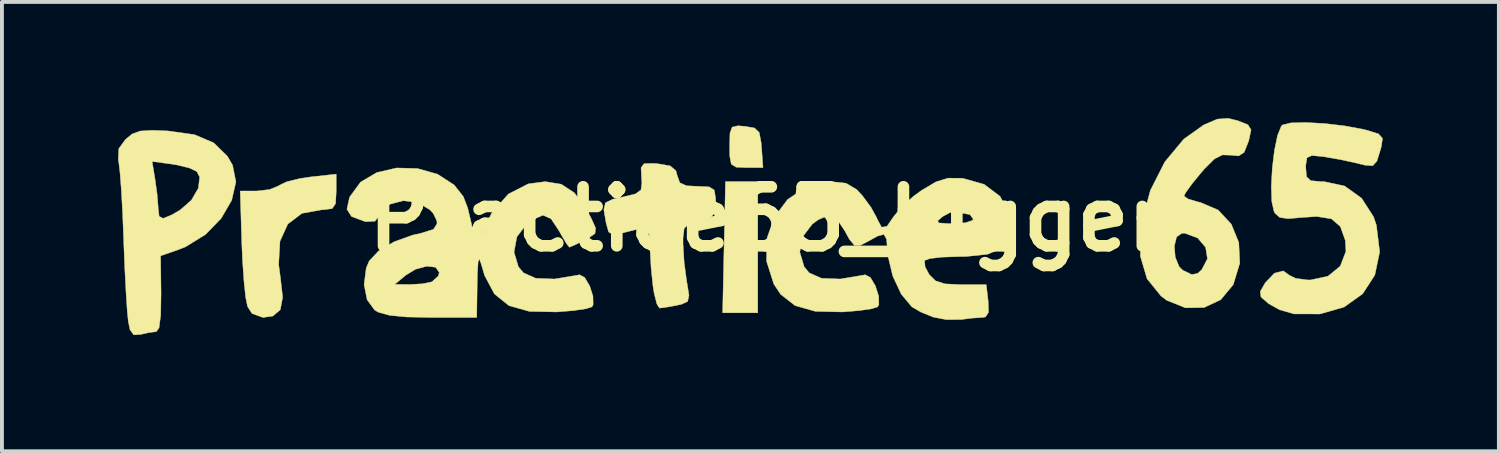
<source format=kicad_pcb>
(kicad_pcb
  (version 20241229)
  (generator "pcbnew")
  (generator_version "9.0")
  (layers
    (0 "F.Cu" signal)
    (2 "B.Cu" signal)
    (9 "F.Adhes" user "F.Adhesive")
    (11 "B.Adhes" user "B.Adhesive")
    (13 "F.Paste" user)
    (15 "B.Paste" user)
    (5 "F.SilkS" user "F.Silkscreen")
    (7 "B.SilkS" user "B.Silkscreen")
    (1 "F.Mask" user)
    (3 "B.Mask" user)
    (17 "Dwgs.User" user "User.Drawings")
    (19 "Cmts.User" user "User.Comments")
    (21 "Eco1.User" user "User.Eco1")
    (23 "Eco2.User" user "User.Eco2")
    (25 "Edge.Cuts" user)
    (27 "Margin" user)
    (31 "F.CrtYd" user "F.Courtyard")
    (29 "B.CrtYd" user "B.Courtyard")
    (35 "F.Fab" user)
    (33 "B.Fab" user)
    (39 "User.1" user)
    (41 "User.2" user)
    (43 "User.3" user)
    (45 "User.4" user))
  (footprint "Practice65_bigger"
    (layer "F.Cu")
    (at 16.76 2.608)
    (property "Reference" "Practice65_bigger" (at 0 0 0) (layer "F.SilkS") (effects (font (size 1.524 1.524) (thickness 0.3))))
    (attr through_hole)
    (fp_poly (pts (xy -0.242 2.419) (xy -0.695 2.419) (xy -1.149 2.419) (xy -1.076 -0.968) (xy -0.242 -0.968) (xy -0.242 2.419)) (stroke (width 0.01) (type solid)) (fill yes) (layer "F.SilkS"))
    (fp_poly (pts (xy -0.575 -2.396) (xy -0.326 -2.353) (xy -0.205 -2.237) (xy -0.155 -1.977) (xy -0.144 -1.845) (xy -0.107 -1.33) (xy -0.537 -1.33) (xy -0.8 -1.341) (xy -0.926 -1.418) (xy -0.965 -1.625) (xy -0.968 -1.882) (xy -0.96 -2.219) (xy -0.904 -2.375) (xy -0.755 -2.41) (xy -0.575 -2.396)) (stroke (width 0.01) (type solid)) (fill yes) (layer "F.SilkS"))
    (fp_poly (pts (xy -11.128 -0.702) (xy -11.144 -0.402) (xy -11.23 -0.272) (xy -11.444 -0.242) (xy -11.498 -0.242) (xy -12.015 -0.148) (xy -12.378 0.128) (xy -12.58 0.571) (xy -12.614 1.172) (xy -12.569 1.511) (xy -12.511 2.02) (xy -12.572 2.341) (xy -12.764 2.504) (xy -13.02 2.54) (xy -13.303 2.438) (xy -13.417 2.259) (xy -13.465 2.027) (xy -13.509 1.615) (xy -13.546 1.087) (xy -13.566 0.626) (xy -13.607 -0.726) (xy -13.178 -0.726) (xy -12.848 -0.764) (xy -12.617 -0.858) (xy -12.604 -0.87) (xy -12.408 -0.964) (xy -12.062 -1.049) (xy -11.793 -1.089) (xy -11.128 -1.162) (xy -11.128 -0.702)) (stroke (width 0.01) (type solid)) (fill yes) (layer "F.SilkS"))
    (fp_poly (pts (xy -2.821 -1.429) (xy -2.503 -1.374) (xy -2.356 -1.251) (xy -2.32 -1.119) (xy -2.255 -0.939) (xy -2.083 -0.861) (xy -1.806 -0.847) (xy -1.5 -0.833) (xy -1.365 -0.751) (xy -1.331 -0.541) (xy -1.33 -0.437) (xy -1.356 -0.156) (xy -1.481 -0.02) (xy -1.754 0.052) (xy -2.021 0.12) (xy -2.142 0.24) (xy -2.172 0.491) (xy -2.172 0.64) (xy -2.143 1.117) (xy -2.078 1.605) (xy -2.069 1.652) (xy -2.018 1.969) (xy -2.053 2.127) (xy -2.208 2.199) (xy -2.332 2.226) (xy -2.616 2.278) (xy -2.781 2.298) (xy -2.848 2.19) (xy -2.918 1.916) (xy -2.947 1.737) (xy -2.996 1.271) (xy -3.022 0.81) (xy -3.024 0.709) (xy -3.045 0.407) (xy -3.144 0.269) (xy -3.372 0.266) (xy -3.707 0.351) (xy -3.971 0.407) (xy -4.094 0.332) (xy -4.16 0.094) (xy -4.217 -0.245) (xy -4.175 -0.423) (xy -3.984 -0.515) (xy -3.719 -0.573) (xy -3.4 -0.651) (xy -3.258 -0.754) (xy -3.234 -0.945) (xy -3.244 -1.072) (xy -3.256 -1.327) (xy -3.179 -1.431) (xy -2.949 -1.439) (xy -2.821 -1.429)) (stroke (width 0.01) (type solid)) (fill yes) (layer "F.SilkS"))
    (fp_poly (pts (xy -15.473 -2.277) (xy -14.791 -2.182) (xy -14.293 -1.971) (xy -13.939 -1.625) (xy -13.804 -1.394) (xy -13.718 -0.962) (xy -13.826 -0.488) (xy -14.098 -0.019) (xy -14.504 0.398) (xy -15.013 0.713) (xy -15.195 0.786) (xy -15.663 0.949) (xy -15.651 1.926) (xy -15.66 2.478) (xy -15.703 2.807) (xy -15.772 2.905) (xy -15.99 2.935) (xy -16.17 2.977) (xy -16.356 2.99) (xy -16.452 2.859) (xy -16.497 2.643) (xy -16.524 2.376) (xy -16.554 1.924) (xy -16.584 1.344) (xy -16.611 0.692) (xy -16.618 0.484) (xy -16.644 -0.164) (xy -16.676 -0.741) (xy -16.711 -1.198) (xy -16.744 -1.482) (xy -16.746 -1.488) (xy -15.882 -1.488) (xy -15.804 -1.016) (xy -15.752 -0.634) (xy -15.726 -0.309) (xy -15.725 -0.272) (xy -15.7 -0.071) (xy -15.596 -0.018) (xy -15.369 -0.112) (xy -15.153 -0.239) (xy -14.865 -0.492) (xy -14.688 -0.798) (xy -14.654 -1.084) (xy -14.726 -1.228) (xy -14.915 -1.319) (xy -15.241 -1.399) (xy -15.365 -1.419) (xy -15.882 -1.488) (xy -16.746 -1.488) (xy -16.755 -1.531) (xy -16.742 -1.82) (xy -16.569 -2.058) (xy -16.395 -2.2) (xy -16.189 -2.274) (xy -15.879 -2.293) (xy -15.473 -2.277)) (stroke (width 0.01) (type solid)) (fill yes) (layer "F.SilkS"))
    (fp_poly (pts (xy 12.151 -2.542) (xy 12.414 -2.438) (xy 12.497 -2.308) (xy 12.445 -2.058) (xy 12.427 -1.997) (xy 12.318 -1.724) (xy 12.176 -1.632) (xy 11.975 -1.651) (xy 11.755 -1.658) (xy 11.55 -1.553) (xy 11.293 -1.298) (xy 11.207 -1.199) (xy 10.965 -0.902) (xy 10.804 -0.678) (xy 10.765 -0.596) (xy 10.87 -0.52) (xy 11.129 -0.443) (xy 11.181 -0.433) (xy 11.646 -0.235) (xy 11.986 0.129) (xy 12.18 0.604) (xy 12.205 1.139) (xy 12.041 1.68) (xy 12.034 1.696) (xy 11.714 2.081) (xy 11.285 2.283) (xy 10.801 2.291) (xy 10.321 2.098) (xy 10.172 1.987) (xy 9.81 1.539) (xy 9.638 0.956) (xy 9.642 0.698) (xy 10.516 0.698) (xy 10.539 0.984) (xy 10.64 1.23) (xy 10.735 1.321) (xy 10.966 1.432) (xy 11.115 1.403) (xy 11.224 1.306) (xy 11.37 1.024) (xy 11.323 0.729) (xy 11.118 0.488) (xy 10.791 0.367) (xy 10.712 0.363) (xy 10.573 0.461) (xy 10.516 0.698) (xy 9.642 0.698) (xy 9.651 0.227) (xy 9.671 0.095) (xy 9.896 -0.741) (xy 10.269 -1.477) (xy 10.76 -2.067) (xy 11.277 -2.434) (xy 11.626 -2.582) (xy 11.904 -2.603) (xy 12.151 -2.542)) (stroke (width 0.01) (type solid)) (fill yes) (layer "F.SilkS"))
    (fp_poly (pts (xy 14.401 -2.468) (xy 14.919 -2.407) (xy 15.398 -2.317) (xy 15.503 -2.291) (xy 15.789 -2.2) (xy 15.891 -2.086) (xy 15.861 -1.873) (xy 15.839 -1.796) (xy 15.746 -1.497) (xy 15.64 -1.379) (xy 15.437 -1.392) (xy 15.233 -1.443) (xy 14.809 -1.536) (xy 14.368 -1.613) (xy 14.363 -1.613) (xy 14.068 -1.642) (xy 13.94 -1.585) (xy 13.91 -1.395) (xy 13.91 -1.323) (xy 13.93 -1.093) (xy 14.038 -0.993) (xy 14.303 -0.968) (xy 14.384 -0.968) (xy 14.912 -0.855) (xy 15.351 -0.54) (xy 15.66 -0.059) (xy 15.733 0.156) (xy 15.818 0.848) (xy 15.692 1.447) (xy 15.379 1.929) (xy 14.9 2.271) (xy 14.277 2.45) (xy 13.607 2.449) (xy 13.233 2.341) (xy 12.95 2.184) (xy 12.754 2.014) (xy 12.734 1.869) (xy 12.862 1.646) (xy 13.097 1.398) (xy 13.328 1.337) (xy 13.486 1.451) (xy 13.645 1.529) (xy 13.945 1.57) (xy 14.029 1.572) (xy 14.481 1.475) (xy 14.8 1.214) (xy 14.946 0.834) (xy 14.931 0.552) (xy 14.802 0.191) (xy 14.57 -0.008) (xy 14.191 -0.068) (xy 13.84 -0.044) (xy 13.456 -0.012) (xy 13.239 -0.042) (xy 13.118 -0.148) (xy 13.09 -0.196) (xy 13.032 -0.45) (xy 13.019 -0.846) (xy 13.044 -1.311) (xy 13.1 -1.773) (xy 13.18 -2.16) (xy 13.277 -2.399) (xy 13.309 -2.432) (xy 13.527 -2.485) (xy 13.914 -2.495) (xy 14.401 -2.468)) (stroke (width 0.01) (type solid)) (fill yes) (layer "F.SilkS"))
    (fp_poly (pts (xy -9.026 -1.306) (xy -8.511 -1.16) (xy -8.081 -0.881) (xy -7.845 -0.581) (xy -7.732 -0.286) (xy -7.637 0.113) (xy -7.616 0.242) (xy -7.562 0.551) (xy -7.51 0.641) (xy -7.452 0.544) (xy -7.11 -0.163) (xy -6.684 -0.646) (xy -6.17 -0.91) (xy -5.729 -0.968) (xy -5.315 -0.901) (xy -4.977 -0.678) (xy -4.673 -0.264) (xy -4.549 -0.034) (xy -4.429 0.23) (xy -4.446 0.374) (xy -4.627 0.498) (xy -4.71 0.541) (xy -4.964 0.666) (xy -5.103 0.725) (xy -5.107 0.726) (xy -5.183 0.63) (xy -5.324 0.393) (xy -5.374 0.302) (xy -5.581 -0.009) (xy -5.788 -0.101) (xy -6.055 0.014) (xy -6.213 0.13) (xy -6.463 0.458) (xy -6.536 0.853) (xy -6.424 1.229) (xy -6.292 1.388) (xy -5.974 1.528) (xy -5.49 1.547) (xy -4.883 1.445) (xy -4.848 1.436) (xy -4.712 1.507) (xy -4.583 1.723) (xy -4.498 1.989) (xy -4.493 2.21) (xy -4.524 2.266) (xy -4.68 2.316) (xy -5.007 2.363) (xy -5.431 2.398) (xy -6.141 2.383) (xy -6.668 2.234) (xy -7.043 1.932) (xy -7.296 1.457) (xy -7.387 1.149) (xy -7.433 1.025) (xy -7.464 1.111) (xy -7.482 1.421) (xy -7.487 1.663) (xy -7.499 2.54) (xy -8.682 2.54) (xy -9.314 2.527) (xy -9.75 2.485) (xy -10.033 2.407) (xy -10.133 2.352) (xy -10.33 2.082) (xy -10.408 1.69) (xy -10.407 1.685) (xy -9.616 1.685) (xy -9.233 1.689) (xy -8.898 1.67) (xy -8.658 1.62) (xy -8.491 1.47) (xy -8.467 1.378) (xy -8.56 1.243) (xy -8.79 1.217) (xy -9.082 1.296) (xy -9.33 1.447) (xy -9.616 1.685) (xy -10.407 1.685) (xy -10.354 1.269) (xy -10.277 1.082) (xy -10.034 0.823) (xy -9.631 0.585) (xy -9.148 0.411) (xy -8.96 0.371) (xy -8.617 0.264) (xy -8.505 0.092) (xy -8.623 -0.149) (xy -8.708 -0.241) (xy -9.026 -0.43) (xy -9.4 -0.475) (xy -9.744 -0.384) (xy -9.97 -0.164) (xy -9.979 -0.146) (xy -10.126 0.054) (xy -10.364 0.066) (xy -10.402 0.057) (xy -10.733 -0.068) (xy -10.852 -0.255) (xy -10.786 -0.553) (xy -10.777 -0.575) (xy -10.5 -0.955) (xy -10.078 -1.204) (xy -9.567 -1.321) (xy -9.026 -1.306)) (stroke (width 0.01) (type solid)) (fill yes) (layer "F.SilkS"))
    (fp_poly (pts (xy 5.026 -1.055) (xy 5.059 -1.052) (xy 5.604 -0.898) (xy 6.013 -0.589) (xy 6.248 -0.163) (xy 6.29 0.137) (xy 6.233 0.512) (xy 6.043 0.763) (xy 5.69 0.908) (xy 5.142 0.965) (xy 4.939 0.968) (xy 4.52 0.982) (xy 4.205 1.018) (xy 4.064 1.069) (xy 4.079 1.232) (xy 4.185 1.432) (xy 4.347 1.593) (xy 4.59 1.672) (xy 4.993 1.693) (xy 5.013 1.693) (xy 5.658 1.693) (xy 5.708 2.117) (xy 5.717 2.409) (xy 5.638 2.527) (xy 5.555 2.54) (xy 5.285 2.558) (xy 5.004 2.594) (xy 4.625 2.595) (xy 4.294 2.532) (xy 3.968 2.4) (xy 3.738 2.266) (xy 3.464 1.94) (xy 3.244 1.47) (xy 3.121 0.955) (xy 3.112 0.848) (xy 3.084 0.519) (xy 3.015 0.395) (xy 2.851 0.439) (xy 2.661 0.544) (xy 2.408 0.678) (xy 2.257 0.682) (xy 2.127 0.525) (xy 2.004 0.302) (xy 1.797 -0.009) (xy 1.591 -0.101) (xy 1.323 0.014) (xy 1.165 0.13) (xy 0.915 0.458) (xy 0.843 0.853) (xy 0.955 1.229) (xy 1.086 1.388) (xy 1.404 1.528) (xy 1.888 1.547) (xy 2.495 1.445) (xy 2.53 1.436) (xy 2.666 1.507) (xy 2.795 1.723) (xy 2.88 1.989) (xy 2.885 2.21) (xy 2.854 2.266) (xy 2.698 2.316) (xy 2.371 2.363) (xy 1.947 2.398) (xy 1.245 2.382) (xy 0.723 2.234) (xy 0.349 1.943) (xy 0.172 1.676) (xy -0.016 1.085) (xy -0.004 0.495) (xy 0.186 -0.049) (xy 0.526 -0.504) (xy 0.993 -0.824) (xy 1.561 -0.965) (xy 1.66 -0.968) (xy 2.039 -0.926) (xy 2.312 -0.764) (xy 2.46 -0.605) (xy 2.682 -0.304) (xy 2.83 -0.034) (xy 2.842 -0.001) (xy 2.955 0.21) (xy 3.095 0.187) (xy 3.192 0.045) (xy 4.403 0.045) (xy 4.434 0.098) (xy 4.658 0.115) (xy 4.808 0.117) (xy 5.122 0.094) (xy 5.304 0.032) (xy 5.322 0) (xy 5.237 -0.118) (xy 5.211 -0.121) (xy 5.004 -0.161) (xy 4.935 -0.184) (xy 4.72 -0.167) (xy 4.532 -0.067) (xy 4.403 0.045) (xy 3.192 0.045) (xy 3.267 -0.064) (xy 3.462 -0.306) (xy 3.778 -0.589) (xy 3.983 -0.739) (xy 4.362 -0.964) (xy 4.672 -1.058) (xy 5.026 -1.055)) (stroke (width 0.01) (type solid)) (fill yes) (layer "F.SilkS")))
  (gr_rect
    (start -3 -3)
    (end 35.656 8.604)
    (stroke (width 0.1) (type default))
    (fill no)
    (layer "Edge.Cuts")))
</source>
